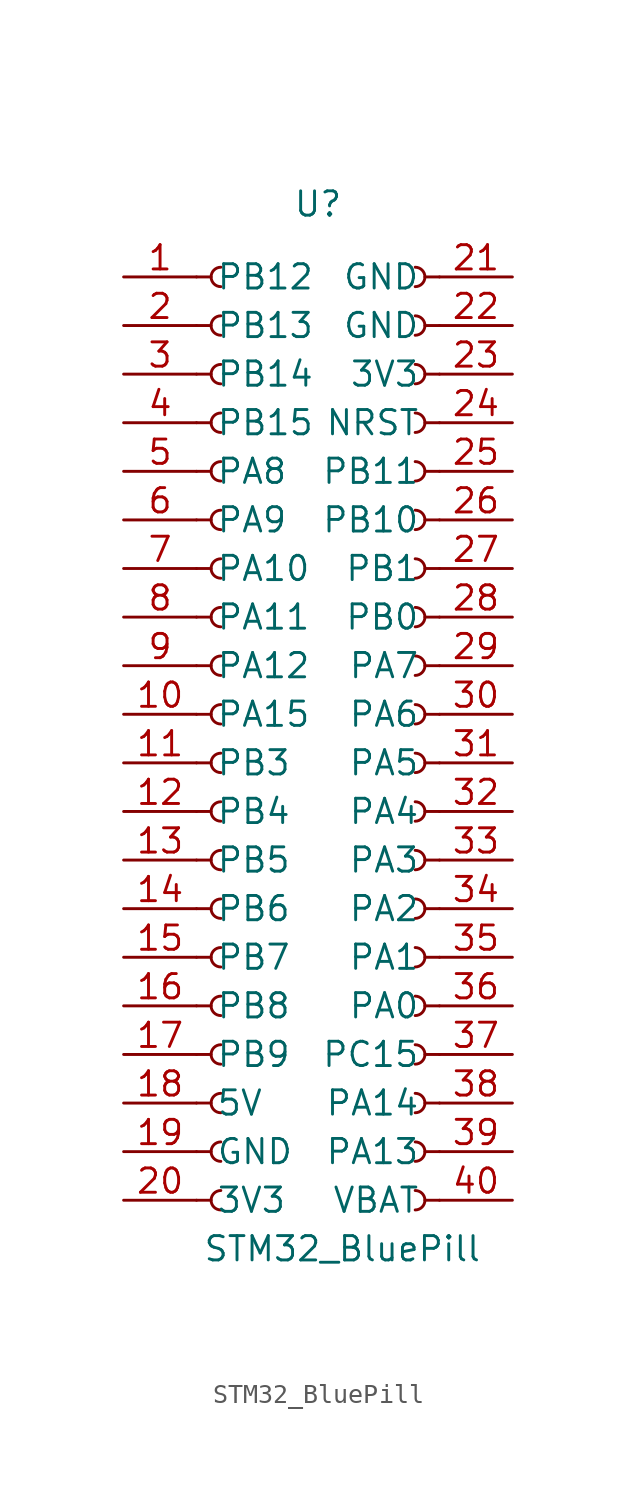
<source format=kicad_sym>
(kicad_symbol_lib
  (version 20211014)
  (generator kicad_symbol_editor)
  (symbol "STM32_BluePill"
    (pin_names
      (offset 1.016))
    (property "Reference" "U"
      (at 0 26.67 0)
      (effects (font (size 1.27 1.27))))
    (property "Value" "STM32_BluePill"
      (at 1.27 -27.94 0)
      (effects (font (size 1.27 1.27))))
    (symbol "STM32_BluePill_1_1"
      (arc (start -5.08 -24.892) (mid -5.588 -25.4) (end -5.08 -25.908) (stroke (width 0.1524) (type default) (color 0 0 0 0)) (fill (type none)))
      (arc (start -5.08 -22.352) (mid -5.588 -22.86) (end -5.08 -23.368) (stroke (width 0.1524) (type default) (color 0 0 0 0)) (fill (type none)))
      (arc (start -5.08 -19.812) (mid -5.588 -20.32) (end -5.08 -20.828) (stroke (width 0.1524) (type default) (color 0 0 0 0)) (fill (type none)))
      (arc (start -5.08 -17.272) (mid -5.588 -17.78) (end -5.08 -18.288) (stroke (width 0.1524) (type default) (color 0 0 0 0)) (fill (type none)))
      (arc (start -5.08 -14.732) (mid -5.588 -15.24) (end -5.08 -15.748) (stroke (width 0.1524) (type default) (color 0 0 0 0)) (fill (type none)))
      (arc (start -5.08 -12.192) (mid -5.588 -12.7) (end -5.08 -13.208) (stroke (width 0.1524) (type default) (color 0 0 0 0)) (fill (type none)))
      (arc (start -5.08 -9.652) (mid -5.588 -10.16) (end -5.08 -10.668) (stroke (width 0.1524) (type default) (color 0 0 0 0)) (fill (type none)))
      (arc (start -5.08 -7.112) (mid -5.588 -7.62) (end -5.08 -8.128) (stroke (width 0.1524) (type default) (color 0 0 0 0)) (fill (type none)))
      (arc (start -5.08 -4.572) (mid -5.588 -5.08) (end -5.08 -5.588) (stroke (width 0.1524) (type default) (color 0 0 0 0)) (fill (type none)))
      (arc (start -5.08 -2.032) (mid -5.588 -2.54) (end -5.08 -3.048) (stroke (width 0.1524) (type default) (color 0 0 0 0)) (fill (type none)))
      (arc (start -5.08 0.508) (mid -5.588 0) (end -5.08 -0.508) (stroke (width 0.1524) (type default) (color 0 0 0 0)) (fill (type none)))
      (arc (start -5.08 3.048) (mid -5.588 2.54) (end -5.08 2.032) (stroke (width 0.1524) (type default) (color 0 0 0 0)) (fill (type none)))
      (arc (start -5.08 5.588) (mid -5.588 5.08) (end -5.08 4.572) (stroke (width 0.1524) (type default) (color 0 0 0 0)) (fill (type none)))
      (arc (start -5.08 8.128) (mid -5.588 7.62) (end -5.08 7.112) (stroke (width 0.1524) (type default) (color 0 0 0 0)) (fill (type none)))
      (arc (start -5.08 10.668) (mid -5.588 10.16) (end -5.08 9.652) (stroke (width 0.1524) (type default) (color 0 0 0 0)) (fill (type none)))
      (arc (start -5.08 13.208) (mid -5.588 12.7) (end -5.08 12.192) (stroke (width 0.1524) (type default) (color 0 0 0 0)) (fill (type none)))
      (arc (start -5.08 15.748) (mid -5.588 15.24) (end -5.08 14.732) (stroke (width 0.1524) (type default) (color 0 0 0 0)) (fill (type none)))
      (arc (start -5.08 18.288) (mid -5.588 17.78) (end -5.08 17.272) (stroke (width 0.1524) (type default) (color 0 0 0 0)) (fill (type none)))
      (arc (start -5.08 20.828) (mid -5.588 20.32) (end -5.08 19.812) (stroke (width 0.1524) (type default) (color 0 0 0 0)) (fill (type none)))
      (arc (start -5.08 23.368) (mid -5.588 22.86) (end -5.08 22.352) (stroke (width 0.1524) (type default) (color 0 0 0 0)) (fill (type none)))
      (polyline (pts (xy -6.35 -25.4) (xy -5.588 -25.4)) (stroke (width 0.152) (type default) (color 0 0 0 0)) (fill (type none)))
      (polyline (pts (xy -6.35 -22.86) (xy -5.588 -22.86)) (stroke (width 0.152) (type default) (color 0 0 0 0)) (fill (type none)))
      (polyline (pts (xy -6.35 -20.32) (xy -5.588 -20.32)) (stroke (width 0.152) (type default) (color 0 0 0 0)) (fill (type none)))
      (polyline (pts (xy -6.35 -17.78) (xy -5.588 -17.78)) (stroke (width 0.152) (type default) (color 0 0 0 0)) (fill (type none)))
      (polyline (pts (xy -6.35 -15.24) (xy -5.588 -15.24)) (stroke (width 0.152) (type default) (color 0 0 0 0)) (fill (type none)))
      (polyline (pts (xy -6.35 -12.7) (xy -5.588 -12.7)) (stroke (width 0.152) (type default) (color 0 0 0 0)) (fill (type none)))
      (polyline (pts (xy -6.35 -10.16) (xy -5.588 -10.16)) (stroke (width 0.152) (type default) (color 0 0 0 0)) (fill (type none)))
      (polyline (pts (xy -6.35 -7.62) (xy -5.588 -7.62)) (stroke (width 0.152) (type default) (color 0 0 0 0)) (fill (type none)))
      (polyline (pts (xy -6.35 -5.08) (xy -5.588 -5.08)) (stroke (width 0.152) (type default) (color 0 0 0 0)) (fill (type none)))
      (polyline (pts (xy -6.35 -2.54) (xy -5.588 -2.54)) (stroke (width 0.152) (type default) (color 0 0 0 0)) (fill (type none)))
      (polyline (pts (xy -6.35 0) (xy -5.588 0)) (stroke (width 0.152) (type default) (color 0 0 0 0)) (fill (type none)))
      (polyline (pts (xy -6.35 2.54) (xy -5.588 2.54)) (stroke (width 0.152) (type default) (color 0 0 0 0)) (fill (type none)))
      (polyline (pts (xy -6.35 5.08) (xy -5.588 5.08)) (stroke (width 0.152) (type default) (color 0 0 0 0)) (fill (type none)))
      (polyline (pts (xy -6.35 7.62) (xy -5.588 7.62)) (stroke (width 0.152) (type default) (color 0 0 0 0)) (fill (type none)))
      (polyline (pts (xy -6.35 10.16) (xy -5.588 10.16)) (stroke (width 0.152) (type default) (color 0 0 0 0)) (fill (type none)))
      (polyline (pts (xy -6.35 12.7) (xy -5.588 12.7)) (stroke (width 0.152) (type default) (color 0 0 0 0)) (fill (type none)))
      (polyline (pts (xy -6.35 15.24) (xy -5.588 15.24)) (stroke (width 0.152) (type default) (color 0 0 0 0)) (fill (type none)))
      (polyline (pts (xy -6.35 17.78) (xy -5.588 17.78)) (stroke (width 0.152) (type default) (color 0 0 0 0)) (fill (type none)))
      (polyline (pts (xy -6.35 20.32) (xy -5.588 20.32)) (stroke (width 0.152) (type default) (color 0 0 0 0)) (fill (type none)))
      (polyline (pts (xy -6.35 22.86) (xy -5.588 22.86)) (stroke (width 0.152) (type default) (color 0 0 0 0)) (fill (type none)))
      (polyline (pts (xy 6.35 -25.4) (xy 5.588 -25.4)) (stroke (width 0.152) (type default) (color 0 0 0 0)) (fill (type none)))
      (polyline (pts (xy 6.35 -22.86) (xy 5.588 -22.86)) (stroke (width 0.152) (type default) (color 0 0 0 0)) (fill (type none)))
      (polyline (pts (xy 6.35 -20.32) (xy 5.588 -20.32)) (stroke (width 0.152) (type default) (color 0 0 0 0)) (fill (type none)))
      (polyline (pts (xy 6.35 -17.78) (xy 5.588 -17.78)) (stroke (width 0.152) (type default) (color 0 0 0 0)) (fill (type none)))
      (polyline (pts (xy 6.35 -15.24) (xy 5.588 -15.24)) (stroke (width 0.152) (type default) (color 0 0 0 0)) (fill (type none)))
      (polyline (pts (xy 6.35 -12.7) (xy 5.588 -12.7)) (stroke (width 0.152) (type default) (color 0 0 0 0)) (fill (type none)))
      (polyline (pts (xy 6.35 -10.16) (xy 5.588 -10.16)) (stroke (width 0.152) (type default) (color 0 0 0 0)) (fill (type none)))
      (polyline (pts (xy 6.35 -7.62) (xy 5.588 -7.62)) (stroke (width 0.152) (type default) (color 0 0 0 0)) (fill (type none)))
      (polyline (pts (xy 6.35 -5.08) (xy 5.588 -5.08)) (stroke (width 0.152) (type default) (color 0 0 0 0)) (fill (type none)))
      (polyline (pts (xy 6.35 -2.54) (xy 5.588 -2.54)) (stroke (width 0.152) (type default) (color 0 0 0 0)) (fill (type none)))
      (polyline (pts (xy 6.35 0) (xy 5.588 0)) (stroke (width 0.152) (type default) (color 0 0 0 0)) (fill (type none)))
      (polyline (pts (xy 6.35 2.54) (xy 5.588 2.54)) (stroke (width 0.152) (type default) (color 0 0 0 0)) (fill (type none)))
      (polyline (pts (xy 6.35 5.08) (xy 5.588 5.08)) (stroke (width 0.152) (type default) (color 0 0 0 0)) (fill (type none)))
      (polyline (pts (xy 6.35 7.62) (xy 5.588 7.62)) (stroke (width 0.152) (type default) (color 0 0 0 0)) (fill (type none)))
      (polyline (pts (xy 6.35 10.16) (xy 5.588 10.16)) (stroke (width 0.152) (type default) (color 0 0 0 0)) (fill (type none)))
      (polyline (pts (xy 6.35 12.7) (xy 5.588 12.7)) (stroke (width 0.152) (type default) (color 0 0 0 0)) (fill (type none)))
      (polyline (pts (xy 6.35 15.24) (xy 5.588 15.24)) (stroke (width 0.152) (type default) (color 0 0 0 0)) (fill (type none)))
      (polyline (pts (xy 6.35 17.78) (xy 5.588 17.78)) (stroke (width 0.152) (type default) (color 0 0 0 0)) (fill (type none)))
      (polyline (pts (xy 6.35 20.32) (xy 5.588 20.32)) (stroke (width 0.152) (type default) (color 0 0 0 0)) (fill (type none)))
      (polyline (pts (xy 6.35 22.86) (xy 5.588 22.86)) (stroke (width 0.152) (type default) (color 0 0 0 0)) (fill (type none)))
      (arc (start 5.08 -25.908) (mid 5.588 -25.4) (end 5.08 -24.892) (stroke (width 0.1524) (type default) (color 0 0 0 0)) (fill (type none)))
      (arc (start 5.08 -23.368) (mid 5.588 -22.86) (end 5.08 -22.352) (stroke (width 0.1524) (type default) (color 0 0 0 0)) (fill (type none)))
      (arc (start 5.08 -20.828) (mid 5.588 -20.32) (end 5.08 -19.812) (stroke (width 0.1524) (type default) (color 0 0 0 0)) (fill (type none)))
      (arc (start 5.08 -18.288) (mid 5.588 -17.78) (end 5.08 -17.272) (stroke (width 0.1524) (type default) (color 0 0 0 0)) (fill (type none)))
      (arc (start 5.08 -15.748) (mid 5.588 -15.24) (end 5.08 -14.732) (stroke (width 0.1524) (type default) (color 0 0 0 0)) (fill (type none)))
      (arc (start 5.08 -13.208) (mid 5.588 -12.7) (end 5.08 -12.192) (stroke (width 0.1524) (type default) (color 0 0 0 0)) (fill (type none)))
      (arc (start 5.08 -10.668) (mid 5.588 -10.16) (end 5.08 -9.652) (stroke (width 0.1524) (type default) (color 0 0 0 0)) (fill (type none)))
      (arc (start 5.08 -8.128) (mid 5.588 -7.62) (end 5.08 -7.112) (stroke (width 0.1524) (type default) (color 0 0 0 0)) (fill (type none)))
      (arc (start 5.08 -5.588) (mid 5.588 -5.08) (end 5.08 -4.572) (stroke (width 0.1524) (type default) (color 0 0 0 0)) (fill (type none)))
      (arc (start 5.08 -3.048) (mid 5.588 -2.54) (end 5.08 -2.032) (stroke (width 0.1524) (type default) (color 0 0 0 0)) (fill (type none)))
      (arc (start 5.08 -0.508) (mid 5.588 0) (end 5.08 0.508) (stroke (width 0.1524) (type default) (color 0 0 0 0)) (fill (type none)))
      (arc (start 5.08 2.032) (mid 5.588 2.54) (end 5.08 3.048) (stroke (width 0.1524) (type default) (color 0 0 0 0)) (fill (type none)))
      (arc (start 5.08 4.572) (mid 5.588 5.08) (end 5.08 5.588) (stroke (width 0.1524) (type default) (color 0 0 0 0)) (fill (type none)))
      (arc (start 5.08 7.112) (mid 5.588 7.62) (end 5.08 8.128) (stroke (width 0.1524) (type default) (color 0 0 0 0)) (fill (type none)))
      (arc (start 5.08 9.652) (mid 5.588 10.16) (end 5.08 10.668) (stroke (width 0.1524) (type default) (color 0 0 0 0)) (fill (type none)))
      (arc (start 5.08 12.192) (mid 5.588 12.7) (end 5.08 13.208) (stroke (width 0.1524) (type default) (color 0 0 0 0)) (fill (type none)))
      (arc (start 5.08 14.732) (mid 5.588 15.24) (end 5.08 15.748) (stroke (width 0.1524) (type default) (color 0 0 0 0)) (fill (type none)))
      (arc (start 5.08 17.272) (mid 5.588 17.78) (end 5.08 18.288) (stroke (width 0.1524) (type default) (color 0 0 0 0)) (fill (type none)))
      (arc (start 5.08 19.812) (mid 5.588 20.32) (end 5.08 20.828) (stroke (width 0.1524) (type default) (color 0 0 0 0)) (fill (type none)))
      (arc (start 5.08 22.352) (mid 5.588 22.86) (end 5.08 23.368) (stroke (width 0.1524) (type default) (color 0 0 0 0)) (fill (type none)))
      (pin passive line (at -10.16 22.86 0) (length 3.81) (name "PB12" (effects (font (size 1.27 1.27)))) (number "1" (effects (font (size 1.27 1.27)))))
      (pin passive line (at -10.16 0 0) (length 3.81) (name "PA15" (effects (font (size 1.27 1.27)))) (number "10" (effects (font (size 1.27 1.27)))))
      (pin passive line (at -10.16 -2.54 0) (length 3.81) (name "PB3" (effects (font (size 1.27 1.27)))) (number "11" (effects (font (size 1.27 1.27)))))
      (pin passive line (at -10.16 -5.08 0) (length 3.81) (name "PB4" (effects (font (size 1.27 1.27)))) (number "12" (effects (font (size 1.27 1.27)))))
      (pin passive line (at -10.16 -7.62 0) (length 3.81) (name "PB5" (effects (font (size 1.27 1.27)))) (number "13" (effects (font (size 1.27 1.27)))))
      (pin passive line (at -10.16 -10.16 0) (length 3.81) (name "PB6" (effects (font (size 1.27 1.27)))) (number "14" (effects (font (size 1.27 1.27)))))
      (pin passive line (at -10.16 -12.7 0) (length 3.81) (name "PB7" (effects (font (size 1.27 1.27)))) (number "15" (effects (font (size 1.27 1.27)))))
      (pin passive line (at -10.16 -15.24 0) (length 3.81) (name "PB8" (effects (font (size 1.27 1.27)))) (number "16" (effects (font (size 1.27 1.27)))))
      (pin passive line (at -10.16 -17.78 0) (length 3.81) (name "PB9" (effects (font (size 1.27 1.27)))) (number "17" (effects (font (size 1.27 1.27)))))
      (pin passive line (at -10.16 -20.32 0) (length 3.81) (name "5V" (effects (font (size 1.27 1.27)))) (number "18" (effects (font (size 1.27 1.27)))))
      (pin passive line (at -10.16 -22.86 0) (length 3.81) (name "GND" (effects (font (size 1.27 1.27)))) (number "19" (effects (font (size 1.27 1.27)))))
      (pin passive line (at -10.16 20.32 0) (length 3.81) (name "PB13" (effects (font (size 1.27 1.27)))) (number "2" (effects (font (size 1.27 1.27)))))
      (pin passive line (at -10.16 -25.4 0) (length 3.81) (name "3V3" (effects (font (size 1.27 1.27)))) (number "20" (effects (font (size 1.27 1.27)))))
      (pin passive line (at 10.16 22.86 180) (length 3.81) (name "GND" (effects (font (size 1.27 1.27)))) (number "21" (effects (font (size 1.27 1.27)))))
      (pin passive line (at 10.16 20.32 180) (length 3.81) (name "GND" (effects (font (size 1.27 1.27)))) (number "22" (effects (font (size 1.27 1.27)))))
      (pin passive line (at 10.16 17.78 180) (length 3.81) (name "3V3" (effects (font (size 1.27 1.27)))) (number "23" (effects (font (size 1.27 1.27)))))
      (pin passive line (at 10.16 15.24 180) (length 3.81) (name "NRST" (effects (font (size 1.27 1.27)))) (number "24" (effects (font (size 1.27 1.27)))))
      (pin passive line (at 10.16 12.7 180) (length 3.81) (name "PB11" (effects (font (size 1.27 1.27)))) (number "25" (effects (font (size 1.27 1.27)))))
      (pin passive line (at 10.16 10.16 180) (length 3.81) (name "PB10" (effects (font (size 1.27 1.27)))) (number "26" (effects (font (size 1.27 1.27)))))
      (pin passive line (at 10.16 7.62 180) (length 3.81) (name "PB1" (effects (font (size 1.27 1.27)))) (number "27" (effects (font (size 1.27 1.27)))))
      (pin passive line (at 10.16 5.08 180) (length 3.81) (name "PB0" (effects (font (size 1.27 1.27)))) (number "28" (effects (font (size 1.27 1.27)))))
      (pin passive line (at 10.16 2.54 180) (length 3.81) (name "PA7" (effects (font (size 1.27 1.27)))) (number "29" (effects (font (size 1.27 1.27)))))
      (pin passive line (at -10.16 17.78 0) (length 3.81) (name "PB14" (effects (font (size 1.27 1.27)))) (number "3" (effects (font (size 1.27 1.27)))))
      (pin passive line (at 10.16 0 180) (length 3.81) (name "PA6" (effects (font (size 1.27 1.27)))) (number "30" (effects (font (size 1.27 1.27)))))
      (pin passive line (at 10.16 -2.54 180) (length 3.81) (name "PA5" (effects (font (size 1.27 1.27)))) (number "31" (effects (font (size 1.27 1.27)))))
      (pin passive line (at 10.16 -5.08 180) (length 3.81) (name "PA4" (effects (font (size 1.27 1.27)))) (number "32" (effects (font (size 1.27 1.27)))))
      (pin passive line (at 10.16 -7.62 180) (length 3.81) (name "PA3" (effects (font (size 1.27 1.27)))) (number "33" (effects (font (size 1.27 1.27)))))
      (pin passive line (at 10.16 -10.16 180) (length 3.81) (name "PA2" (effects (font (size 1.27 1.27)))) (number "34" (effects (font (size 1.27 1.27)))))
      (pin passive line (at 10.16 -12.7 180) (length 3.81) (name "PA1" (effects (font (size 1.27 1.27)))) (number "35" (effects (font (size 1.27 1.27)))))
      (pin passive line (at 10.16 -15.24 180) (length 3.81) (name "PA0" (effects (font (size 1.27 1.27)))) (number "36" (effects (font (size 1.27 1.27)))))
      (pin passive line (at 10.16 -17.78 180) (length 3.81) (name "PC15" (effects (font (size 1.27 1.27)))) (number "37" (effects (font (size 1.27 1.27)))))
      (pin passive line (at 10.16 -20.32 180) (length 3.81) (name "PA14" (effects (font (size 1.27 1.27)))) (number "38" (effects (font (size 1.27 1.27)))))
      (pin passive line (at 10.16 -22.86 180) (length 3.81) (name "PA13" (effects (font (size 1.27 1.27)))) (number "39" (effects (font (size 1.27 1.27)))))
      (pin passive line (at -10.16 15.24 0) (length 3.81) (name "PB15" (effects (font (size 1.27 1.27)))) (number "4" (effects (font (size 1.27 1.27)))))
      (pin passive line (at 10.16 -25.4 180) (length 3.81) (name "VBAT" (effects (font (size 1.27 1.27)))) (number "40" (effects (font (size 1.27 1.27)))))
      (pin passive line (at -10.16 12.7 0) (length 3.81) (name "PA8" (effects (font (size 1.27 1.27)))) (number "5" (effects (font (size 1.27 1.27)))))
      (pin passive line (at -10.16 10.16 0) (length 3.81) (name "PA9" (effects (font (size 1.27 1.27)))) (number "6" (effects (font (size 1.27 1.27)))))
      (pin passive line (at -10.16 7.62 0) (length 3.81) (name "PA10" (effects (font (size 1.27 1.27)))) (number "7" (effects (font (size 1.27 1.27)))))
      (pin passive line (at -10.16 5.08 0) (length 3.81) (name "PA11" (effects (font (size 1.27 1.27)))) (number "8" (effects (font (size 1.27 1.27)))))
      (pin passive line (at -10.16 2.54 0) (length 3.81) (name "PA12" (effects (font (size 1.27 1.27)))) (number "9" (effects (font (size 1.27 1.27))))))))
</source>
